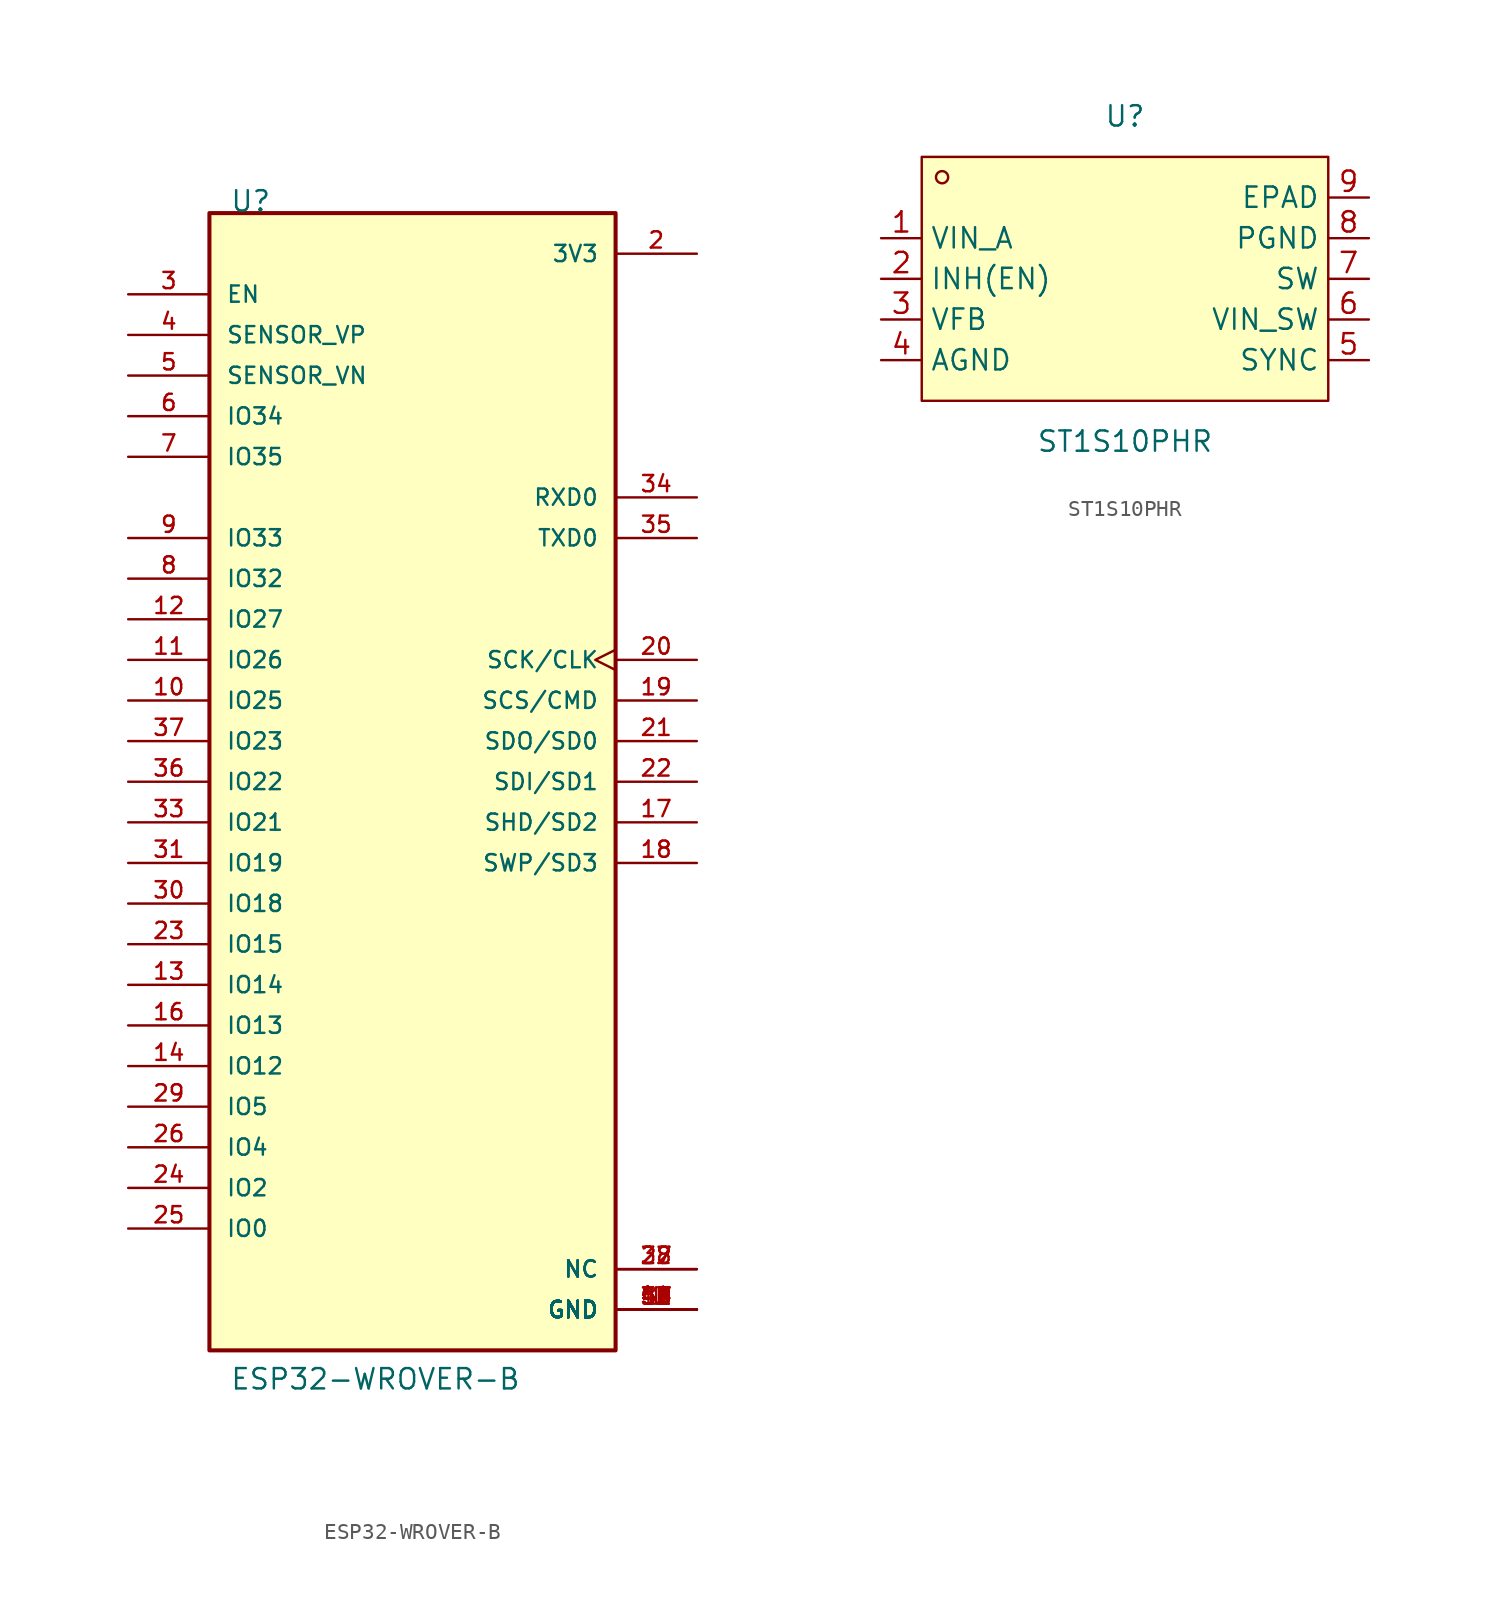
<source format=kicad_sym>
(kicad_symbol_lib
  (version 20241209)
  (generator "kicad_symbol_editor")
  (generator_version "9.0")
  (symbol "ESP32-WROVER-B"
    (pin_names
      (offset 1.016))
    (property "Reference" "U"
      (at -11.43 35.56 0)
      (effects (font (size 1.27 1.27)) (justify left bottom)))
    (property "Value" "ESP32-WROVER-B"
      (at -11.43 -38.1 0)
      (effects (font (size 1.27 1.27)) (justify left bottom)))
    (symbol "ESP32-WROVER-B_0_0"
      (rectangle (start -12.7 -35.56) (end 12.7 35.56) (stroke (width 0.254) (type default)) (fill (type background)))
      (pin input line (at -17.78 30.48 0) (length 5.08) (name "EN" (effects (font (size 1.016 1.016)))) (number "3" (effects (font (size 1.016 1.016)))))
      (pin input line (at -17.78 27.94 0) (length 5.08) (name "SENSOR_VP" (effects (font (size 1.016 1.016)))) (number "4" (effects (font (size 1.016 1.016)))))
      (pin input line (at -17.78 25.4 0) (length 5.08) (name "SENSOR_VN" (effects (font (size 1.016 1.016)))) (number "5" (effects (font (size 1.016 1.016)))))
      (pin input line (at -17.78 22.86 0) (length 5.08) (name "IO34" (effects (font (size 1.016 1.016)))) (number "6" (effects (font (size 1.016 1.016)))))
      (pin input line (at -17.78 20.32 0) (length 5.08) (name "IO35" (effects (font (size 1.016 1.016)))) (number "7" (effects (font (size 1.016 1.016)))))
      (pin bidirectional line (at -17.78 15.24 0) (length 5.08) (name "IO33" (effects (font (size 1.016 1.016)))) (number "9" (effects (font (size 1.016 1.016)))))
      (pin bidirectional line (at -17.78 12.7 0) (length 5.08) (name "IO32" (effects (font (size 1.016 1.016)))) (number "8" (effects (font (size 1.016 1.016)))))
      (pin bidirectional line (at -17.78 10.16 0) (length 5.08) (name "IO27" (effects (font (size 1.016 1.016)))) (number "12" (effects (font (size 1.016 1.016)))))
      (pin bidirectional line (at -17.78 7.62 0) (length 5.08) (name "IO26" (effects (font (size 1.016 1.016)))) (number "11" (effects (font (size 1.016 1.016)))))
      (pin bidirectional line (at -17.78 5.08 0) (length 5.08) (name "IO25" (effects (font (size 1.016 1.016)))) (number "10" (effects (font (size 1.016 1.016)))))
      (pin bidirectional line (at -17.78 2.54 0) (length 5.08) (name "IO23" (effects (font (size 1.016 1.016)))) (number "37" (effects (font (size 1.016 1.016)))))
      (pin bidirectional line (at -17.78 0 0) (length 5.08) (name "IO22" (effects (font (size 1.016 1.016)))) (number "36" (effects (font (size 1.016 1.016)))))
      (pin bidirectional line (at -17.78 -2.54 0) (length 5.08) (name "IO21" (effects (font (size 1.016 1.016)))) (number "33" (effects (font (size 1.016 1.016)))))
      (pin bidirectional line (at -17.78 -5.08 0) (length 5.08) (name "IO19" (effects (font (size 1.016 1.016)))) (number "31" (effects (font (size 1.016 1.016)))))
      (pin bidirectional line (at -17.78 -7.62 0) (length 5.08) (name "IO18" (effects (font (size 1.016 1.016)))) (number "30" (effects (font (size 1.016 1.016)))))
      (pin bidirectional line (at -17.78 -10.16 0) (length 5.08) (name "IO15" (effects (font (size 1.016 1.016)))) (number "23" (effects (font (size 1.016 1.016)))))
      (pin bidirectional line (at -17.78 -12.7 0) (length 5.08) (name "IO14" (effects (font (size 1.016 1.016)))) (number "13" (effects (font (size 1.016 1.016)))))
      (pin bidirectional line (at -17.78 -15.24 0) (length 5.08) (name "IO13" (effects (font (size 1.016 1.016)))) (number "16" (effects (font (size 1.016 1.016)))))
      (pin bidirectional line (at -17.78 -17.78 0) (length 5.08) (name "IO12" (effects (font (size 1.016 1.016)))) (number "14" (effects (font (size 1.016 1.016)))))
      (pin bidirectional line (at -17.78 -20.32 0) (length 5.08) (name "IO5" (effects (font (size 1.016 1.016)))) (number "29" (effects (font (size 1.016 1.016)))))
      (pin bidirectional line (at -17.78 -22.86 0) (length 5.08) (name "IO4" (effects (font (size 1.016 1.016)))) (number "26" (effects (font (size 1.016 1.016)))))
      (pin bidirectional line (at -17.78 -25.4 0) (length 5.08) (name "IO2" (effects (font (size 1.016 1.016)))) (number "24" (effects (font (size 1.016 1.016)))))
      (pin bidirectional line (at -17.78 -27.94 0) (length 5.08) (name "IO0" (effects (font (size 1.016 1.016)))) (number "25" (effects (font (size 1.016 1.016)))))
      (pin power_in line (at 17.78 33.02 180) (length 5.08) (name "3V3" (effects (font (size 1.016 1.016)))) (number "2" (effects (font (size 1.016 1.016)))))
      (pin bidirectional line (at 17.78 17.78 180) (length 5.08) (name "RXD0" (effects (font (size 1.016 1.016)))) (number "34" (effects (font (size 1.016 1.016)))))
      (pin bidirectional line (at 17.78 15.24 180) (length 5.08) (name "TXD0" (effects (font (size 1.016 1.016)))) (number "35" (effects (font (size 1.016 1.016)))))
      (pin bidirectional clock (at 17.78 7.62 180) (length 5.08) (name "SCK/CLK" (effects (font (size 1.016 1.016)))) (number "20" (effects (font (size 1.016 1.016)))))
      (pin bidirectional line (at 17.78 5.08 180) (length 5.08) (name "SCS/CMD" (effects (font (size 1.016 1.016)))) (number "19" (effects (font (size 1.016 1.016)))))
      (pin bidirectional line (at 17.78 2.54 180) (length 5.08) (name "SDO/SD0" (effects (font (size 1.016 1.016)))) (number "21" (effects (font (size 1.016 1.016)))))
      (pin bidirectional line (at 17.78 0 180) (length 5.08) (name "SDI/SD1" (effects (font (size 1.016 1.016)))) (number "22" (effects (font (size 1.016 1.016)))))
      (pin bidirectional line (at 17.78 -2.54 180) (length 5.08) (name "SHD/SD2" (effects (font (size 1.016 1.016)))) (number "17" (effects (font (size 1.016 1.016)))))
      (pin bidirectional line (at 17.78 -5.08 180) (length 5.08) (name "SWP/SD3" (effects (font (size 1.016 1.016)))) (number "18" (effects (font (size 1.016 1.016)))))
      (pin bidirectional line (at 17.78 -30.48 180) (length 5.08) (name "NC" (effects (font (size 1.016 1.016)))) (number "27" (effects (font (size 1.016 1.016)))))
      (pin bidirectional line (at 17.78 -30.48 180) (length 5.08) (name "NC" (effects (font (size 1.016 1.016)))) (number "28" (effects (font (size 1.016 1.016)))))
      (pin bidirectional line (at 17.78 -30.48 180) (length 5.08) (name "NC" (effects (font (size 1.016 1.016)))) (number "32" (effects (font (size 1.016 1.016)))))
      (pin power_in line (at 17.78 -33.02 180) (length 5.08) (name "GND" (effects (font (size 1.016 1.016)))) (number "1" (effects (font (size 1.016 1.016)))))
      (pin power_in line (at 17.78 -33.02 180) (length 5.08) (name "GND" (effects (font (size 1.016 1.016)))) (number "15" (effects (font (size 1.016 1.016)))))
      (pin power_in line (at 17.78 -33.02 180) (length 5.08) (name "GND" (effects (font (size 1.016 1.016)))) (number "38" (effects (font (size 1.016 1.016)))))
      (pin power_in line (at 17.78 -33.02 180) (length 5.08) (name "GND" (effects (font (size 1.016 1.016)))) (number "39" (effects (font (size 1.016 1.016)))))
      (pin power_in line (at 17.78 -33.02 180) (length 5.08) (name "GND" (effects (font (size 1.016 1.016)))) (number "40" (effects (font (size 1.016 1.016)))))
      (pin power_in line (at 17.78 -33.02 180) (length 5.08) (name "GND" (effects (font (size 1.016 1.016)))) (number "41" (effects (font (size 1.016 1.016)))))
      (pin power_in line (at 17.78 -33.02 180) (length 5.08) (name "GND" (effects (font (size 1.016 1.016)))) (number "42" (effects (font (size 1.016 1.016)))))
      (pin power_in line (at 17.78 -33.02 180) (length 5.08) (name "GND" (effects (font (size 1.016 1.016)))) (number "43" (effects (font (size 1.016 1.016)))))
      (pin power_in line (at 17.78 -33.02 180) (length 5.08) (name "GND" (effects (font (size 1.016 1.016)))) (number "44" (effects (font (size 1.016 1.016)))))
      (pin power_in line (at 17.78 -33.02 180) (length 5.08) (name "GND" (effects (font (size 1.016 1.016)))) (number "45" (effects (font (size 1.016 1.016)))))
      (pin power_in line (at 17.78 -33.02 180) (length 5.08) (name "GND" (effects (font (size 1.016 1.016)))) (number "46" (effects (font (size 1.016 1.016)))))
      (pin power_in line (at 17.78 -33.02 180) (length 5.08) (name "GND" (effects (font (size 1.016 1.016)))) (number "47" (effects (font (size 1.016 1.016)))))
      (pin power_in line (at 17.78 -33.02 180) (length 5.08) (name "GND" (effects (font (size 1.016 1.016)))) (number "48" (effects (font (size 1.016 1.016)))))
      (pin power_in line (at 17.78 -33.02 180) (length 5.08) (name "GND" (effects (font (size 1.016 1.016)))) (number "49" (effects (font (size 1.016 1.016)))))
      (pin power_in line (at 17.78 -33.02 180) (length 5.08) (name "GND" (effects (font (size 1.016 1.016)))) (number "50" (effects (font (size 1.016 1.016)))))
      (pin power_in line (at 17.78 -33.02 180) (length 5.08) (name "GND" (effects (font (size 1.016 1.016)))) (number "51" (effects (font (size 1.016 1.016)))))
      (pin power_in line (at 17.78 -33.02 180) (length 5.08) (name "GND" (effects (font (size 1.016 1.016)))) (number "52" (effects (font (size 1.016 1.016)))))
      (pin power_in line (at 17.78 -33.02 180) (length 5.08) (name "GND" (effects (font (size 1.016 1.016)))) (number "53" (effects (font (size 1.016 1.016)))))
      (pin power_in line (at 17.78 -33.02 180) (length 5.08) (name "GND" (effects (font (size 1.016 1.016)))) (number "54" (effects (font (size 1.016 1.016)))))
      (pin power_in line (at 17.78 -33.02 180) (length 5.08) (name "GND" (effects (font (size 1.016 1.016)))) (number "55" (effects (font (size 1.016 1.016)))))
      (pin power_in line (at 17.78 -33.02 180) (length 5.08) (name "GND" (effects (font (size 1.016 1.016)))) (number "56" (effects (font (size 1.016 1.016)))))
      (pin power_in line (at 17.78 -33.02 180) (length 5.08) (name "GND" (effects (font (size 1.016 1.016)))) (number "57" (effects (font (size 1.016 1.016)))))
      (pin power_in line (at 17.78 -33.02 180) (length 5.08) (name "GND" (effects (font (size 1.016 1.016)))) (number "58" (effects (font (size 1.016 1.016)))))
      (pin power_in line (at 17.78 -33.02 180) (length 5.08) (name "GND" (effects (font (size 1.016 1.016)))) (number "59" (effects (font (size 1.016 1.016)))))))
  (symbol "ST1S10PHR"
    (property "Reference" "U"
      (at 0 10.16 0)
      (effects (font (size 1.27 1.27))))
    (property "Value" "ST1S10PHR"
      (at 0 -10.16 0)
      (effects (font (size 1.27 1.27))))
    (symbol "ST1S10PHR_0_1"
      (rectangle (start -12.7 7.62) (end 12.7 -7.62) (stroke (width 0) (type default)) (fill (type background)))
      (circle (center -11.43 6.35) (radius 0.38) (stroke (width 0) (type default)) (fill (type none)))
      (pin unspecified line (at -15.24 2.54 0) (length 2.54) (name "VIN_A" (effects (font (size 1.27 1.27)))) (number "1" (effects (font (size 1.27 1.27)))))
      (pin unspecified line (at -15.24 0 0) (length 2.54) (name "INH(EN)" (effects (font (size 1.27 1.27)))) (number "2" (effects (font (size 1.27 1.27)))))
      (pin unspecified line (at -15.24 -2.54 0) (length 2.54) (name "VFB" (effects (font (size 1.27 1.27)))) (number "3" (effects (font (size 1.27 1.27)))))
      (pin unspecified line (at -15.24 -5.08 0) (length 2.54) (name "AGND" (effects (font (size 1.27 1.27)))) (number "4" (effects (font (size 1.27 1.27)))))
      (pin unspecified line (at 15.24 5.08 180) (length 2.54) (name "EPAD" (effects (font (size 1.27 1.27)))) (number "9" (effects (font (size 1.27 1.27)))))
      (pin unspecified line (at 15.24 2.54 180) (length 2.54) (name "PGND" (effects (font (size 1.27 1.27)))) (number "8" (effects (font (size 1.27 1.27)))))
      (pin unspecified line (at 15.24 0 180) (length 2.54) (name "SW" (effects (font (size 1.27 1.27)))) (number "7" (effects (font (size 1.27 1.27)))))
      (pin unspecified line (at 15.24 -2.54 180) (length 2.54) (name "VIN_SW" (effects (font (size 1.27 1.27)))) (number "6" (effects (font (size 1.27 1.27)))))
      (pin unspecified line (at 15.24 -5.08 180) (length 2.54) (name "SYNC" (effects (font (size 1.27 1.27)))) (number "5" (effects (font (size 1.27 1.27))))))))
</source>
